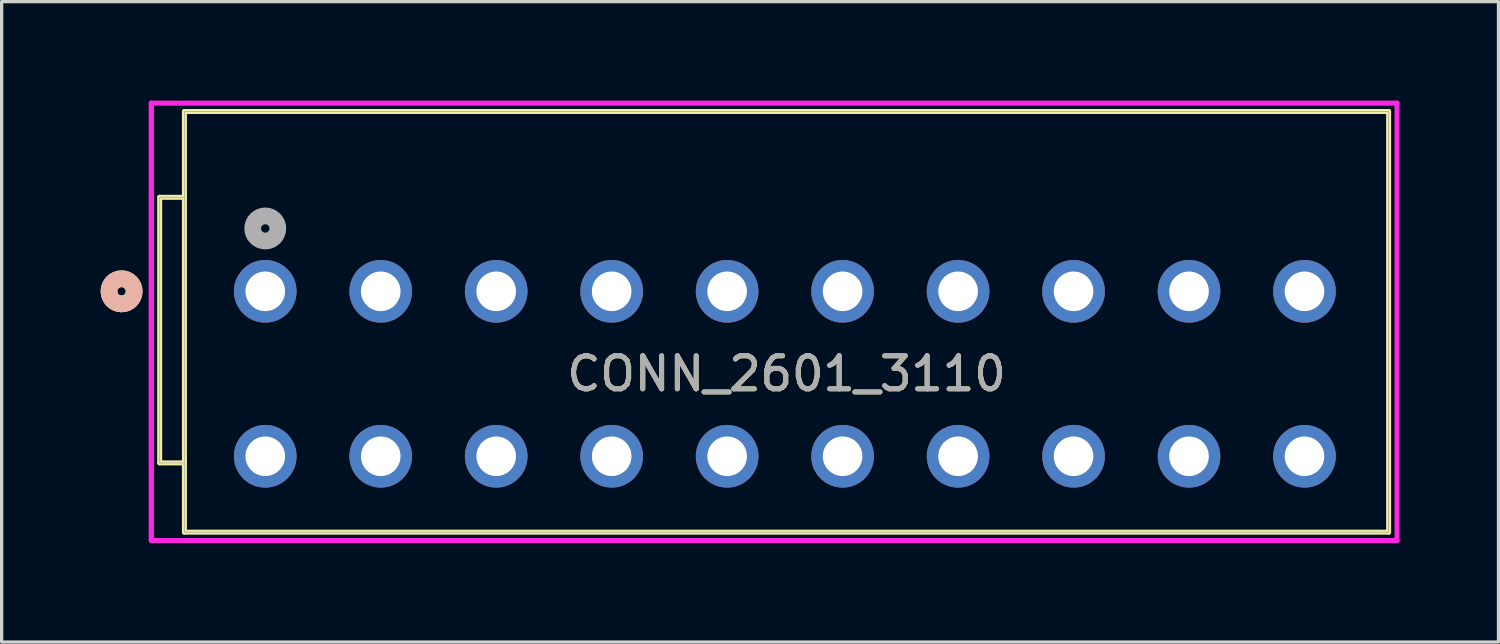
<source format=kicad_pcb>
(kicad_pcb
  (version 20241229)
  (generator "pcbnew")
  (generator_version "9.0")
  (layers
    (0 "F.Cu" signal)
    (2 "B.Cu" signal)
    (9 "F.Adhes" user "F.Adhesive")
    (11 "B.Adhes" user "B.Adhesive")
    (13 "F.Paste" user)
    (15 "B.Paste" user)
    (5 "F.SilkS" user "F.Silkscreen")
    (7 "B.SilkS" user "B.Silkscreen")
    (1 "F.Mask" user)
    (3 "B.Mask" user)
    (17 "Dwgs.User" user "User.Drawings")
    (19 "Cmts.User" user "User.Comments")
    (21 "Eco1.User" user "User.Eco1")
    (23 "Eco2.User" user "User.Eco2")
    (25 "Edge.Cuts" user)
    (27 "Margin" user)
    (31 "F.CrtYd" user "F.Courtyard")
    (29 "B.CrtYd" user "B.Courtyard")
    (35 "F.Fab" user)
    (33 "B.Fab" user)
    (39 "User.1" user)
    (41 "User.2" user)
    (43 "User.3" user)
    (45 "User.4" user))
  (footprint "CONN_2601_3110"
    (layer "F.Cu")
    (at 4.99 5.78)
    (property "Reference" "CONN_2601_3110" (at 15.8 2.5 0) (unlocked yes) (layer "F.SilkS") (effects (font (size 1 1) (thickness 0.15))))
    (attr through_hole)
    (fp_line (start -3.2 5.2) (end -3.2 -2.85) (stroke (width 0.152) (type solid)) (layer "F.SilkS"))
    (fp_line (start -2.45 -5.45) (end 34.05 -5.45) (stroke (width 0.152) (type solid)) (layer "F.SilkS"))
    (fp_line (start -2.45 7.3) (end -2.45 -5.45) (stroke (width 0.152) (type solid)) (layer "F.SilkS"))
    (fp_line (start -2.45 7.3) (end 34.05 7.3) (stroke (width 0.152) (type solid)) (layer "F.SilkS"))
    (fp_line (start -2.45 -2.85) (end -3.2 -2.85) (stroke (width 0.152) (type solid)) (layer "F.SilkS"))
    (fp_line (start -2.45 5.2) (end -3.2 5.2) (stroke (width 0.152) (type solid)) (layer "F.SilkS"))
    (fp_line (start 34.05 -5.45) (end 34.05 7.3) (stroke (width 0.152) (type solid)) (layer "F.SilkS"))
    (fp_circle (center -4.355 0) (end -3.974 0) (stroke (width 0.508) (type solid)) (fill no) (layer "F.SilkS"))
    (fp_circle (center -4.355 0) (end -3.974 0) (stroke (width 0.508) (type solid)) (fill no) (layer "B.SilkS"))
    (fp_line (start -3.454 -5.704) (end -3.454 7.554) (stroke (width 0.152) (type solid)) (layer "F.CrtYd"))
    (fp_line (start -3.454 -5.704) (end -3.454 7.554) (stroke (width 0.152) (type solid)) (layer "F.CrtYd"))
    (fp_line (start -3.454 7.554) (end 34.304 7.554) (stroke (width 0.152) (type solid)) (layer "F.CrtYd"))
    (fp_line (start 34.304 -5.704) (end -3.454 -5.704) (stroke (width 0.152) (type solid)) (layer "F.CrtYd"))
    (fp_line (start 34.304 7.554) (end 34.304 -5.704) (stroke (width 0.152) (type solid)) (layer "F.CrtYd"))
    (fp_line (start -3.2 5.2) (end -3.2 -2.85) (stroke (width 0.025) (type solid)) (layer "F.Fab"))
    (fp_line (start -2.45 -5.45) (end 34.05 -5.45) (stroke (width 0.025) (type solid)) (layer "F.Fab"))
    (fp_line (start -2.45 7.3) (end -2.45 -5.45) (stroke (width 0.025) (type solid)) (layer "F.Fab"))
    (fp_line (start -2.45 7.3) (end 34.05 7.3) (stroke (width 0.025) (type solid)) (layer "F.Fab"))
    (fp_line (start -2.45 -2.85) (end -3.2 -2.85) (stroke (width 0.025) (type solid)) (layer "F.Fab"))
    (fp_line (start -2.45 5.2) (end -3.2 5.2) (stroke (width 0.025) (type solid)) (layer "F.Fab"))
    (fp_line (start 34.05 -5.45) (end 34.05 7.3) (stroke (width 0.025) (type solid)) (layer "F.Fab"))
    (fp_circle (center 0 -1.905) (end 0.381 -1.905) (stroke (width 0.508) (type solid)) (fill no) (layer "F.Fab"))
    (fp_text user "${REFERENCE}" (at 15.8 2.5 0) (unlocked yes) (layer "F.Fab") (effects (font (size 1 1) (thickness 0.15))))
    (pad "1" thru_hole circle (at 0 0) (size 1.9 1.9) (drill 1.2) (layers "*.Cu" "*.Mask"))
    (pad "2" thru_hole circle (at 0 5) (size 1.9 1.9) (drill 1.2) (layers "*.Cu" "*.Mask"))
    (pad "3" thru_hole circle (at 3.5 0) (size 1.9 1.9) (drill 1.2) (layers "*.Cu" "*.Mask"))
    (pad "4" thru_hole circle (at 3.5 5) (size 1.9 1.9) (drill 1.2) (layers "*.Cu" "*.Mask"))
    (pad "5" thru_hole circle (at 7 0) (size 1.9 1.9) (drill 1.2) (layers "*.Cu" "*.Mask"))
    (pad "6" thru_hole circle (at 7 5) (size 1.9 1.9) (drill 1.2) (layers "*.Cu" "*.Mask"))
    (pad "7" thru_hole circle (at 10.5 0) (size 1.9 1.9) (drill 1.2) (layers "*.Cu" "*.Mask"))
    (pad "8" thru_hole circle (at 10.5 5) (size 1.9 1.9) (drill 1.2) (layers "*.Cu" "*.Mask"))
    (pad "9" thru_hole circle (at 14 0) (size 1.9 1.9) (drill 1.2) (layers "*.Cu" "*.Mask"))
    (pad "10" thru_hole circle (at 14 5) (size 1.9 1.9) (drill 1.2) (layers "*.Cu" "*.Mask"))
    (pad "11" thru_hole circle (at 17.5 0) (size 1.9 1.9) (drill 1.2) (layers "*.Cu" "*.Mask"))
    (pad "12" thru_hole circle (at 17.5 5) (size 1.9 1.9) (drill 1.2) (layers "*.Cu" "*.Mask"))
    (pad "13" thru_hole circle (at 21 0) (size 1.9 1.9) (drill 1.2) (layers "*.Cu" "*.Mask"))
    (pad "14" thru_hole circle (at 21 5) (size 1.9 1.9) (drill 1.2) (layers "*.Cu" "*.Mask"))
    (pad "15" thru_hole circle (at 24.5 0) (size 1.9 1.9) (drill 1.2) (layers "*.Cu" "*.Mask"))
    (pad "16" thru_hole circle (at 24.5 5) (size 1.9 1.9) (drill 1.2) (layers "*.Cu" "*.Mask"))
    (pad "17" thru_hole circle (at 28 0) (size 1.9 1.9) (drill 1.2) (layers "*.Cu" "*.Mask"))
    (pad "18" thru_hole circle (at 28 5) (size 1.9 1.9) (drill 1.2) (layers "*.Cu" "*.Mask"))
    (pad "19" thru_hole circle (at 31.5 0) (size 1.9 1.9) (drill 1.2) (layers "*.Cu" "*.Mask"))
    (pad "20" thru_hole circle (at 31.5 5) (size 1.9 1.9) (drill 1.2) (layers "*.Cu" "*.Mask")))
  (gr_rect
    (start -3 -3)
    (end 42.37 16.41)
    (stroke (width 0.1) (type default))
    (fill no)
    (layer "Edge.Cuts")))
</source>
